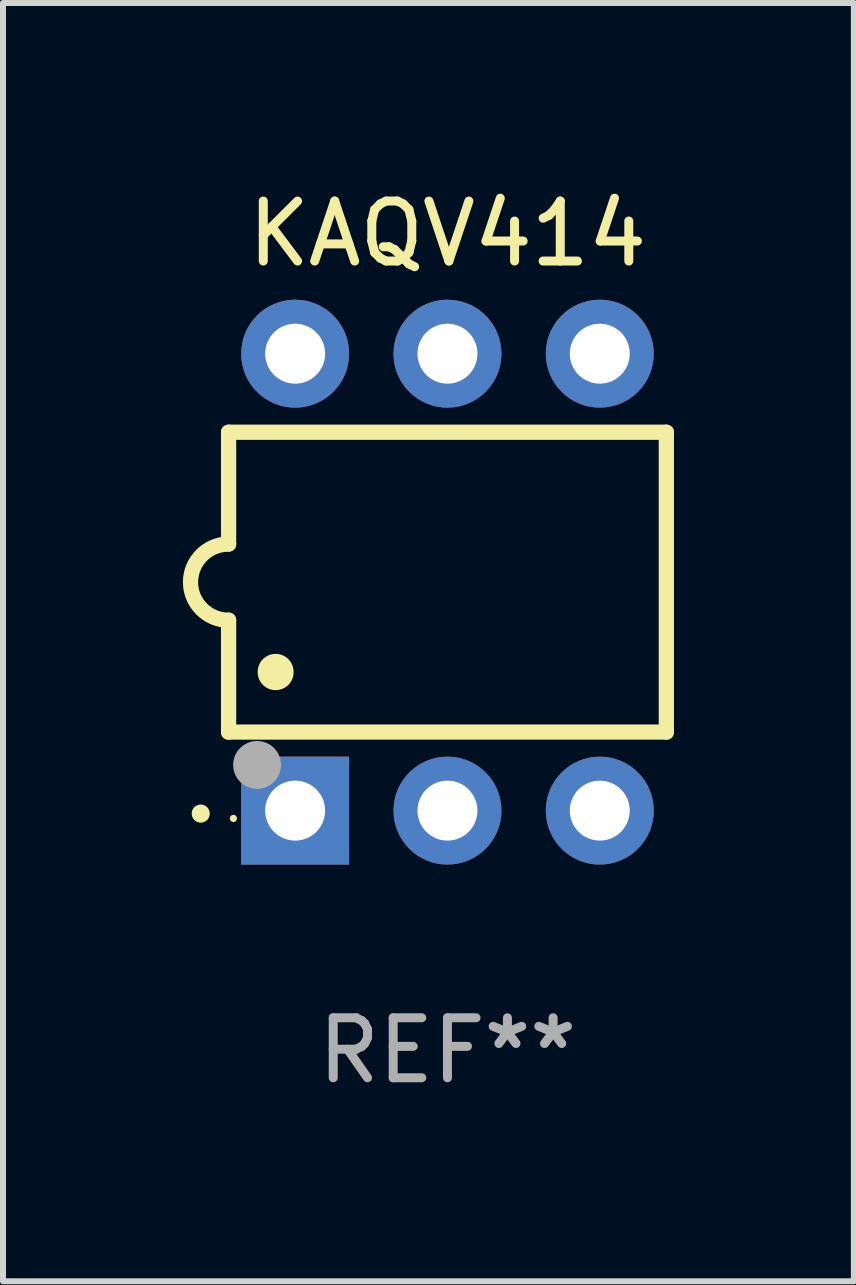
<source format=kicad_pcb>
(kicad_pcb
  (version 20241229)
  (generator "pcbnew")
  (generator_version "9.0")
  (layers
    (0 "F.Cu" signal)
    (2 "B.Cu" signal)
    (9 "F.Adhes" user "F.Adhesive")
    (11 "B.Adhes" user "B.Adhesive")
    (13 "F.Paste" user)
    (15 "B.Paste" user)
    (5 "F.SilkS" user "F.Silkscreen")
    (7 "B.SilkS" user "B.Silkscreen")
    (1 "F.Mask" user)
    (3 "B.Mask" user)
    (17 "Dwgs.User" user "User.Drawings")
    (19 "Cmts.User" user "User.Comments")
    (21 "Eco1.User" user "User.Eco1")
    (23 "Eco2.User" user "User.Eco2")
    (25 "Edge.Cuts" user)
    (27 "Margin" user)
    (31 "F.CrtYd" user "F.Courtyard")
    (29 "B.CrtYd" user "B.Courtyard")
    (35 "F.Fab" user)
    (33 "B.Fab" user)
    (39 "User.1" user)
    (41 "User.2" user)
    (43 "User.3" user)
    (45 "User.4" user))
  (footprint "KAQV414"
    (layer "F.Cu")
    (at 4.412 6.658)
    (property "Reference" "KAQV414" (at 0 -5.81 0) (layer "F.SilkS") (effects (font (size 1 1) (thickness 0.15))))
    (attr through_hole)
    (fp_line (start -3.65 -2.5) (end 3.65 -2.5) (stroke (width 0.254) (type solid)) (layer "F.SilkS"))
    (fp_line (start -3.65 -0.635) (end -3.65 -2.5) (stroke (width 0.254) (type solid)) (layer "F.SilkS"))
    (fp_line (start -3.65 0.635) (end -3.65 2.5) (stroke (width 0.254) (type solid)) (layer "F.SilkS"))
    (fp_line (start -3.65 2.5) (end 3.65 2.5) (stroke (width 0.254) (type solid)) (layer "F.SilkS"))
    (fp_line (start 3.65 -2.5) (end 3.65 2.5) (stroke (width 0.254) (type solid)) (layer "F.SilkS"))
    (fp_arc (start -4.114808 3.860808) (mid -4.114813 3.859538) (end -4.114808 3.858268) (stroke (width 0.3) (type solid)) (layer "F.SilkS"))
    (fp_arc (start -3.650013 0.635001) (mid -4.285014 0) (end -3.650013 -0.635001) (stroke (width 0.254001) (type solid)) (layer "F.SilkS"))
    (fp_arc (start -2.865405 1.501143) (mid -2.865416 1.498603) (end -2.865405 1.496063) (stroke (width 0.6) (type solid)) (layer "F.SilkS"))
    (fp_circle (center -3.57 3.94) (end -3.54 3.94) (stroke (width 0.06) (type solid)) (fill no) (layer "F.SilkS"))
    (fp_circle (center -3.175 3.048) (end -2.975 3.048) (stroke (width 0.4) (type solid)) (fill no) (layer "F.Fab"))
    (fp_text user "REF**" (at 0 7.81 0) (layer "F.Fab") (effects (font (size 1 1) (thickness 0.15))))
    (pad "1" thru_hole rect (at -2.54 3.81 90) (size 1.8 1.8) (drill 1) (layers "*.Cu" "*.Mask"))
    (pad "2" thru_hole circle (at 0 3.81) (size 1.8 1.8) (drill 1) (layers "*.Cu" "*.Mask"))
    (pad "3" thru_hole circle (at 2.54 3.81) (size 1.8 1.8) (drill 1) (layers "*.Cu" "*.Mask"))
    (pad "4" thru_hole circle (at 2.54 -3.81) (size 1.8 1.8) (drill 1) (layers "*.Cu" "*.Mask"))
    (pad "5" thru_hole circle (at 0 -3.81) (size 1.8 1.8) (drill 1) (layers "*.Cu" "*.Mask"))
    (pad "6" thru_hole circle (at -2.54 -3.81) (size 1.8 1.8) (drill 1) (layers "*.Cu" "*.Mask")))
  (gr_rect
    (start -3 -3)
    (end 11.189 18.317)
    (stroke (width 0.1) (type default))
    (fill no)
    (layer "Edge.Cuts")))
</source>
